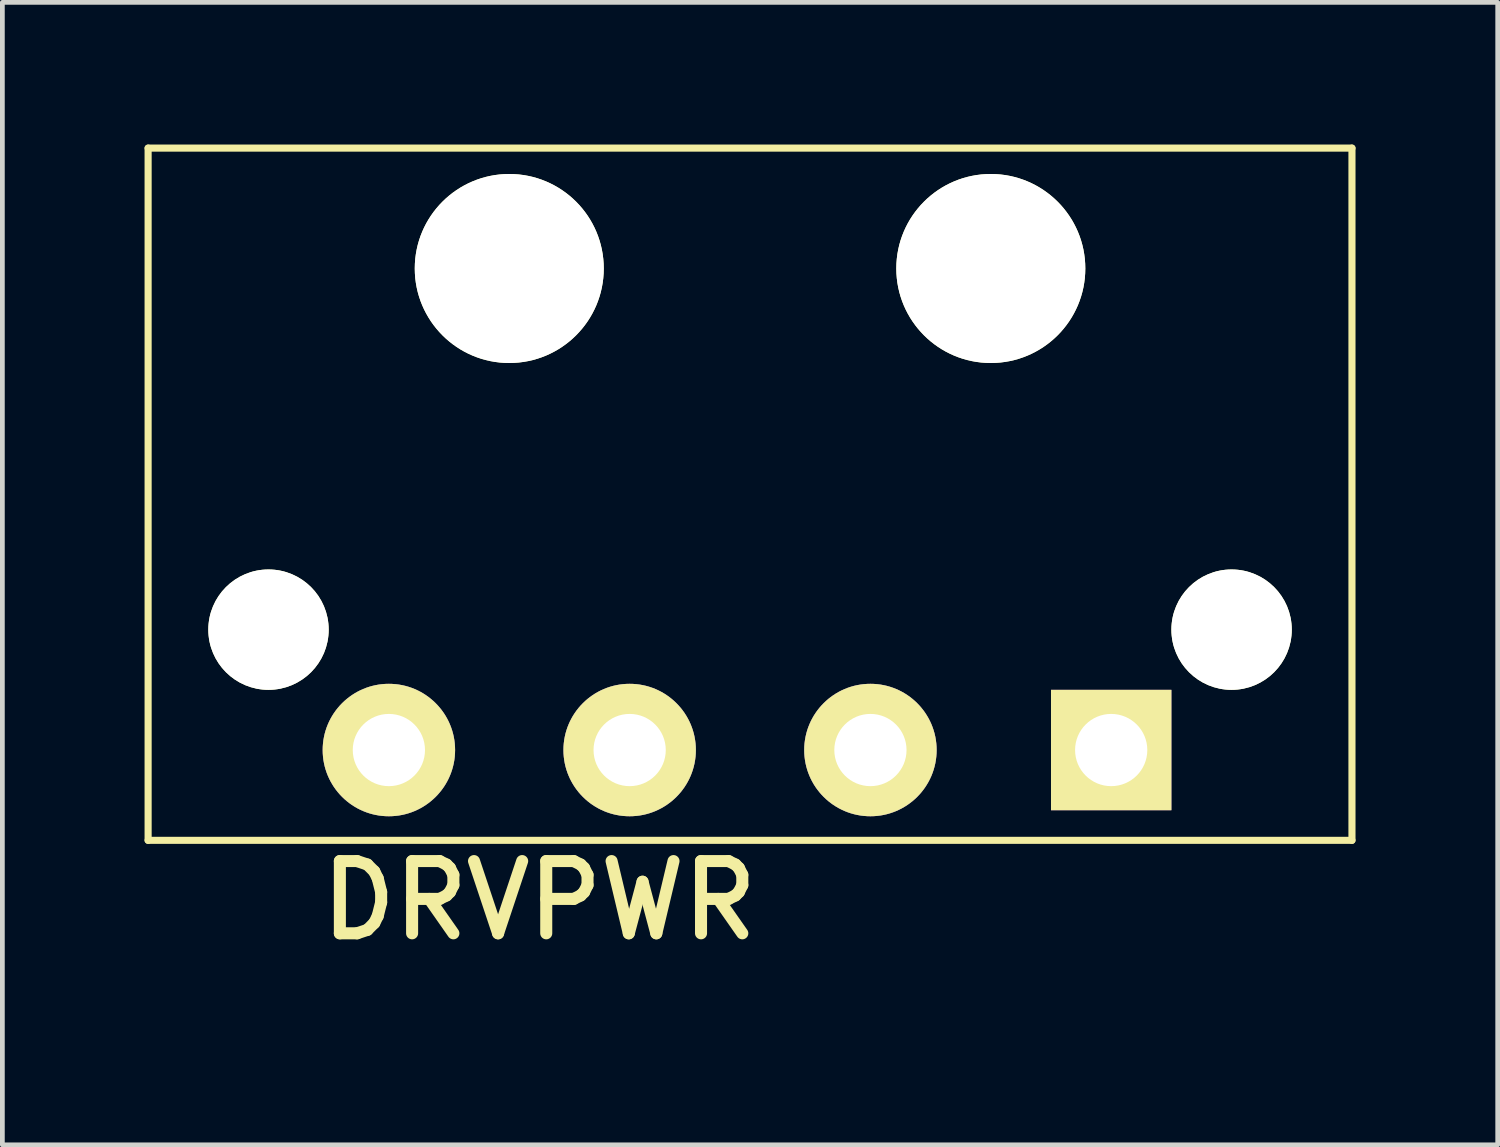
<source format=kicad_pcb>
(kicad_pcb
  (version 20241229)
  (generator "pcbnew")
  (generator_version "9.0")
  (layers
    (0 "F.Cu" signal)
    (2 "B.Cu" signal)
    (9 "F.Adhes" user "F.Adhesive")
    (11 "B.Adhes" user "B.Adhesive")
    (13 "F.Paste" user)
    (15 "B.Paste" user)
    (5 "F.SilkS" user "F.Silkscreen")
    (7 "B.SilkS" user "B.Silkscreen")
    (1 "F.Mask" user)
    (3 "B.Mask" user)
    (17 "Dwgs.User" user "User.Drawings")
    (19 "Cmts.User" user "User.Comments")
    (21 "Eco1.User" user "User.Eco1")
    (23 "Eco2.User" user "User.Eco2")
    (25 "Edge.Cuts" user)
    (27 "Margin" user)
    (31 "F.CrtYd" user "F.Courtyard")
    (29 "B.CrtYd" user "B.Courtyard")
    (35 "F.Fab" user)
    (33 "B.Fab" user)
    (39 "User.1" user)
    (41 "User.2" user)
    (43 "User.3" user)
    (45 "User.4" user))
  (footprint "DRVPWR"
    (layer "F.Cu")
    (at 14.045 17.855)
    (property "Reference" "DRVPWR" (at -5.715 -1.905 0) (layer "F.SilkS") (effects (font (size 1.524 1.524) (thickness 0.254))))
    (attr through_hole)
    (fp_line (start -13.97 -17.78) (end 11.43 -17.78) (stroke (width 0.15) (type solid)) (layer "F.SilkS"))
    (fp_line (start -13.97 -3.175) (end -13.97 -17.78) (stroke (width 0.15) (type solid)) (layer "F.SilkS"))
    (fp_line (start 11.43 -17.78) (end 11.43 -3.175) (stroke (width 0.15) (type solid)) (layer "F.SilkS"))
    (fp_line (start 11.43 -3.175) (end -13.97 -3.175) (stroke (width 0.15) (type solid)) (layer "F.SilkS"))
    (pad "" np_thru_hole circle (at -11.43 -7.62) (size 2.54 2.54) (drill 2.54) (layers "*.Cu" "*.Mask" "F.SilkS"))
    (pad "" np_thru_hole circle (at -6.35 -15.24) (size 3.988 3.988) (drill 3.988) (layers "*.Cu" "*.Mask" "F.SilkS"))
    (pad "" np_thru_hole circle (at 3.81 -15.24) (size 3.988 3.988) (drill 3.988) (layers "*.Cu" "*.Mask" "F.SilkS"))
    (pad "" np_thru_hole circle (at 8.89 -7.62) (size 2.54 2.54) (drill 2.54) (layers "*.Cu" "*.Mask" "F.SilkS"))
    (pad "1" thru_hole rect (at 6.35 -5.08) (size 2.54 2.54) (drill 1.524) (layers "*.Cu" "*.Mask" "F.SilkS"))
    (pad "2" thru_hole circle (at 1.27 -5.08) (size 2.794 2.794) (drill 1.524) (layers "*.Cu" "*.Mask" "F.SilkS"))
    (pad "3" thru_hole circle (at -3.81 -5.08) (size 2.794 2.794) (drill 1.524) (layers "*.Cu" "*.Mask" "F.SilkS"))
    (pad "4" thru_hole circle (at -8.89 -5.08) (size 2.794 2.794) (drill 1.524) (layers "*.Cu" "*.Mask" "F.SilkS")))
  (gr_rect
    (start -3 -3)
    (end 28.55 21.105)
    (stroke (width 0.1) (type default))
    (fill no)
    (layer "Edge.Cuts")))
</source>
